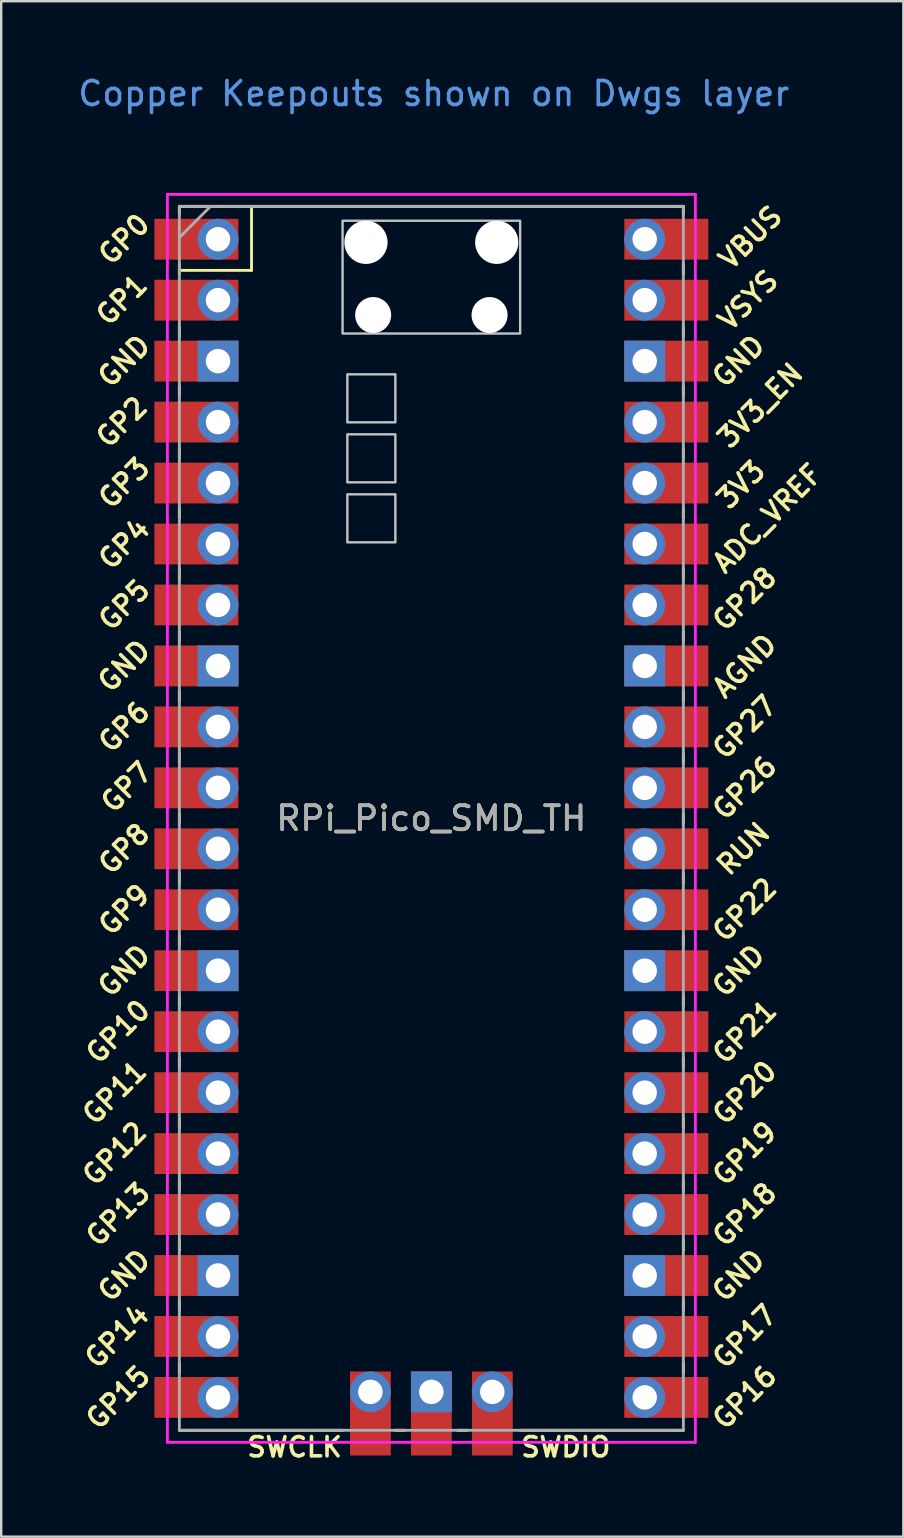
<source format=kicad_pcb>
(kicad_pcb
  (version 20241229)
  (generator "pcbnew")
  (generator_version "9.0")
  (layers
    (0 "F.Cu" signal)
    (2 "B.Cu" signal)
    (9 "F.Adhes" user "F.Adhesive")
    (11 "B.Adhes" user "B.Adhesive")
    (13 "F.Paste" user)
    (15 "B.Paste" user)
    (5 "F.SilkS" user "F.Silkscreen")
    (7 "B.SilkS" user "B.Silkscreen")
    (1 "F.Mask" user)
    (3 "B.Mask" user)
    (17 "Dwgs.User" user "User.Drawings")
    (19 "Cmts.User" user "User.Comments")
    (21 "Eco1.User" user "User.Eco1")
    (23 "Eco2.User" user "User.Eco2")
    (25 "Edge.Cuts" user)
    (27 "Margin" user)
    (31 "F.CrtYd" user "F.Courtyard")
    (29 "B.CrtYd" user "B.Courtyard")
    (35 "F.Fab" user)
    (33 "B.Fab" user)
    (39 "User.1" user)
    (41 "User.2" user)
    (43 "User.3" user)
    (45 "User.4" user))
  (footprint "RPi_Pico_SMD_TH"
    (layer "F.Cu")
    (at 14.924 31.048)
    (property "Reference" "RPi_Pico_SMD_TH" (at 0 0 0) (layer "F.SilkS") (effects (font (size 1 1) (thickness 0.15))))
    (attr through_hole)
    (fp_line (start -10.5 -25.5) (end -10.5 -25.2) (stroke (width 0.12) (type solid)) (layer "F.SilkS"))
    (fp_line (start -10.5 -25.5) (end 10.5 -25.5) (stroke (width 0.12) (type solid)) (layer "F.SilkS"))
    (fp_line (start -10.5 -23.1) (end -10.5 -22.7) (stroke (width 0.12) (type solid)) (layer "F.SilkS"))
    (fp_line (start -10.5 -22.833) (end -7.493 -22.833) (stroke (width 0.12) (type solid)) (layer "F.SilkS"))
    (fp_line (start -10.5 -20.5) (end -10.5 -20.1) (stroke (width 0.12) (type solid)) (layer "F.SilkS"))
    (fp_line (start -10.5 -18) (end -10.5 -17.6) (stroke (width 0.12) (type solid)) (layer "F.SilkS"))
    (fp_line (start -10.5 -15.4) (end -10.5 -15) (stroke (width 0.12) (type solid)) (layer "F.SilkS"))
    (fp_line (start -10.5 -12.9) (end -10.5 -12.5) (stroke (width 0.12) (type solid)) (layer "F.SilkS"))
    (fp_line (start -10.5 -10.4) (end -10.5 -10) (stroke (width 0.12) (type solid)) (layer "F.SilkS"))
    (fp_line (start -10.5 -7.8) (end -10.5 -7.4) (stroke (width 0.12) (type solid)) (layer "F.SilkS"))
    (fp_line (start -10.5 -5.3) (end -10.5 -4.9) (stroke (width 0.12) (type solid)) (layer "F.SilkS"))
    (fp_line (start -10.5 -2.7) (end -10.5 -2.3) (stroke (width 0.12) (type solid)) (layer "F.SilkS"))
    (fp_line (start -10.5 -0.2) (end -10.5 0.2) (stroke (width 0.12) (type solid)) (layer "F.SilkS"))
    (fp_line (start -10.5 2.3) (end -10.5 2.7) (stroke (width 0.12) (type solid)) (layer "F.SilkS"))
    (fp_line (start -10.5 4.9) (end -10.5 5.3) (stroke (width 0.12) (type solid)) (layer "F.SilkS"))
    (fp_line (start -10.5 7.4) (end -10.5 7.8) (stroke (width 0.12) (type solid)) (layer "F.SilkS"))
    (fp_line (start -10.5 10) (end -10.5 10.4) (stroke (width 0.12) (type solid)) (layer "F.SilkS"))
    (fp_line (start -10.5 12.5) (end -10.5 12.9) (stroke (width 0.12) (type solid)) (layer "F.SilkS"))
    (fp_line (start -10.5 15.1) (end -10.5 15.5) (stroke (width 0.12) (type solid)) (layer "F.SilkS"))
    (fp_line (start -10.5 17.6) (end -10.5 18) (stroke (width 0.12) (type solid)) (layer "F.SilkS"))
    (fp_line (start -10.5 20.1) (end -10.5 20.5) (stroke (width 0.12) (type solid)) (layer "F.SilkS"))
    (fp_line (start -10.5 22.7) (end -10.5 23.1) (stroke (width 0.12) (type solid)) (layer "F.SilkS"))
    (fp_line (start -7.493 -22.833) (end -7.493 -25.5) (stroke (width 0.12) (type solid)) (layer "F.SilkS"))
    (fp_line (start -3.7 25.5) (end -10.5 25.5) (stroke (width 0.12) (type solid)) (layer "F.SilkS"))
    (fp_line (start -1.5 25.5) (end -1.1 25.5) (stroke (width 0.12) (type solid)) (layer "F.SilkS"))
    (fp_line (start 1.1 25.5) (end 1.5 25.5) (stroke (width 0.12) (type solid)) (layer "F.SilkS"))
    (fp_line (start 10.5 -25.5) (end 10.5 -25.2) (stroke (width 0.12) (type solid)) (layer "F.SilkS"))
    (fp_line (start 10.5 -23.1) (end 10.5 -22.7) (stroke (width 0.12) (type solid)) (layer "F.SilkS"))
    (fp_line (start 10.5 -20.5) (end 10.5 -20.1) (stroke (width 0.12) (type solid)) (layer "F.SilkS"))
    (fp_line (start 10.5 -18) (end 10.5 -17.6) (stroke (width 0.12) (type solid)) (layer "F.SilkS"))
    (fp_line (start 10.5 -15.4) (end 10.5 -15) (stroke (width 0.12) (type solid)) (layer "F.SilkS"))
    (fp_line (start 10.5 -12.9) (end 10.5 -12.5) (stroke (width 0.12) (type solid)) (layer "F.SilkS"))
    (fp_line (start 10.5 -10.4) (end 10.5 -10) (stroke (width 0.12) (type solid)) (layer "F.SilkS"))
    (fp_line (start 10.5 -7.8) (end 10.5 -7.4) (stroke (width 0.12) (type solid)) (layer "F.SilkS"))
    (fp_line (start 10.5 -5.3) (end 10.5 -4.9) (stroke (width 0.12) (type solid)) (layer "F.SilkS"))
    (fp_line (start 10.5 -2.7) (end 10.5 -2.3) (stroke (width 0.12) (type solid)) (layer "F.SilkS"))
    (fp_line (start 10.5 -0.2) (end 10.5 0.2) (stroke (width 0.12) (type solid)) (layer "F.SilkS"))
    (fp_line (start 10.5 2.3) (end 10.5 2.7) (stroke (width 0.12) (type solid)) (layer "F.SilkS"))
    (fp_line (start 10.5 4.9) (end 10.5 5.3) (stroke (width 0.12) (type solid)) (layer "F.SilkS"))
    (fp_line (start 10.5 7.4) (end 10.5 7.8) (stroke (width 0.12) (type solid)) (layer "F.SilkS"))
    (fp_line (start 10.5 10) (end 10.5 10.4) (stroke (width 0.12) (type solid)) (layer "F.SilkS"))
    (fp_line (start 10.5 12.5) (end 10.5 12.9) (stroke (width 0.12) (type solid)) (layer "F.SilkS"))
    (fp_line (start 10.5 15.1) (end 10.5 15.5) (stroke (width 0.12) (type solid)) (layer "F.SilkS"))
    (fp_line (start 10.5 17.6) (end 10.5 18) (stroke (width 0.12) (type solid)) (layer "F.SilkS"))
    (fp_line (start 10.5 20.1) (end 10.5 20.5) (stroke (width 0.12) (type solid)) (layer "F.SilkS"))
    (fp_line (start 10.5 22.7) (end 10.5 23.1) (stroke (width 0.12) (type solid)) (layer "F.SilkS"))
    (fp_line (start 10.5 25.5) (end 3.7 25.5) (stroke (width 0.12) (type solid)) (layer "F.SilkS"))
    (fp_poly (pts (xy -1.5 -16.5) (xy -3.5 -16.5) (xy -3.5 -18.5) (xy -1.5 -18.5)) (stroke (width 0.1) (type solid)) (fill no) (layer "Dwgs.User"))
    (fp_poly (pts (xy -1.5 -14) (xy -3.5 -14) (xy -3.5 -16) (xy -1.5 -16)) (stroke (width 0.1) (type solid)) (fill no) (layer "Dwgs.User"))
    (fp_poly (pts (xy -1.5 -11.5) (xy -3.5 -11.5) (xy -3.5 -13.5) (xy -1.5 -13.5)) (stroke (width 0.1) (type solid)) (fill no) (layer "Dwgs.User"))
    (fp_poly (pts (xy 3.7 -20.2) (xy -3.7 -20.2) (xy -3.7 -24.9) (xy 3.7 -24.9)) (stroke (width 0.1) (type solid)) (fill no) (layer "Dwgs.User"))
    (fp_line (start -11 -26) (end 11 -26) (stroke (width 0.12) (type solid)) (layer "F.CrtYd"))
    (fp_line (start -11 26) (end -11 -26) (stroke (width 0.12) (type solid)) (layer "F.CrtYd"))
    (fp_line (start 11 -26) (end 11 26) (stroke (width 0.12) (type solid)) (layer "F.CrtYd"))
    (fp_line (start 11 26) (end -11 26) (stroke (width 0.12) (type solid)) (layer "F.CrtYd"))
    (fp_line (start -10.5 -25.5) (end 10.5 -25.5) (stroke (width 0.12) (type solid)) (layer "F.Fab"))
    (fp_line (start -10.5 -24.2) (end -9.2 -25.5) (stroke (width 0.12) (type solid)) (layer "F.Fab"))
    (fp_line (start -10.5 25.5) (end -10.5 -25.5) (stroke (width 0.12) (type solid)) (layer "F.Fab"))
    (fp_line (start 10.5 -25.5) (end 10.5 25.5) (stroke (width 0.12) (type solid)) (layer "F.Fab"))
    (fp_line (start 10.5 25.5) (end -10.5 25.5) (stroke (width 0.12) (type solid)) (layer "F.Fab"))
    (fp_text user "GP17" (at 13.054 21.59 45) (layer "F.SilkS") (effects (font (size 0.8 0.8) (thickness 0.15))))
    (fp_text user "SWCLK" (at -5.7 26.2 0) (layer "F.SilkS") (effects (font (size 0.8 0.8) (thickness 0.15))))
    (fp_text user "GP1" (at -12.9 -21.6 45) (layer "F.SilkS") (effects (font (size 0.8 0.8) (thickness 0.15))))
    (fp_text user "GP16" (at 13.054 24.13 45) (layer "F.SilkS") (effects (font (size 0.8 0.8) (thickness 0.15))))
    (fp_text user "AGND" (at 13.054 -6.35 45) (layer "F.SilkS") (effects (font (size 0.8 0.8) (thickness 0.15))))
    (fp_text user "VSYS" (at 13.2 -21.59 45) (layer "F.SilkS") (effects (font (size 0.8 0.8) (thickness 0.15))))
    (fp_text user "GP18" (at 13.054 16.51 45) (layer "F.SilkS") (effects (font (size 0.8 0.8) (thickness 0.15))))
    (fp_text user "GP0" (at -12.8 -24.13 45) (layer "F.SilkS") (effects (font (size 0.8 0.8) (thickness 0.15))))
    (fp_text user "GP22" (at 13.054 3.81 45) (layer "F.SilkS") (effects (font (size 0.8 0.8) (thickness 0.15))))
    (fp_text user "3V3_EN" (at 13.7 -17.2 45) (layer "F.SilkS") (effects (font (size 0.8 0.8) (thickness 0.15))))
    (fp_text user "GP7" (at -12.7 -1.3 45) (layer "F.SilkS") (effects (font (size 0.8 0.8) (thickness 0.15))))
    (fp_text user "GP19" (at 13.054 13.97 45) (layer "F.SilkS") (effects (font (size 0.8 0.8) (thickness 0.15))))
    (fp_text user "GP12" (at -13.2 13.97 45) (layer "F.SilkS") (effects (font (size 0.8 0.8) (thickness 0.15))))
    (fp_text user "GND" (at -12.8 19.05 45) (layer "F.SilkS") (effects (font (size 0.8 0.8) (thickness 0.15))))
    (fp_text user "GP14" (at -13.1 21.59 45) (layer "F.SilkS") (effects (font (size 0.8 0.8) (thickness 0.15))))
    (fp_text user "GP5" (at -12.8 -8.89 45) (layer "F.SilkS") (effects (font (size 0.8 0.8) (thickness 0.15))))
    (fp_text user "GND" (at 12.8 19.05 45) (layer "F.SilkS") (effects (font (size 0.8 0.8) (thickness 0.15))))
    (fp_text user "GP20" (at 13.054 11.43 45) (layer "F.SilkS") (effects (font (size 0.8 0.8) (thickness 0.15))))
    (fp_text user "3V3" (at 12.9 -13.9 45) (layer "F.SilkS") (effects (font (size 0.8 0.8) (thickness 0.15))))
    (fp_text user "GP28" (at 13.054 -9.144 45) (layer "F.SilkS") (effects (font (size 0.8 0.8) (thickness 0.15))))
    (fp_text user "GND" (at -12.8 6.35 45) (layer "F.SilkS") (effects (font (size 0.8 0.8) (thickness 0.15))))
    (fp_text user "GND" (at -12.8 -6.35 45) (layer "F.SilkS") (effects (font (size 0.8 0.8) (thickness 0.15))))
    (fp_text user "GP9" (at -12.8 3.81 45) (layer "F.SilkS") (effects (font (size 0.8 0.8) (thickness 0.15))))
    (fp_text user "GP8" (at -12.8 1.27 45) (layer "F.SilkS") (effects (font (size 0.8 0.8) (thickness 0.15))))
    (fp_text user "GP21" (at 13.054 8.9 45) (layer "F.SilkS") (effects (font (size 0.8 0.8) (thickness 0.15))))
    (fp_text user "GP4" (at -12.8 -11.43 45) (layer "F.SilkS") (effects (font (size 0.8 0.8) (thickness 0.15))))
    (fp_text user "GP26" (at 13.054 -1.27 45) (layer "F.SilkS") (effects (font (size 0.8 0.8) (thickness 0.15))))
    (fp_text user "GP3" (at -12.8 -13.97 45) (layer "F.SilkS") (effects (font (size 0.8 0.8) (thickness 0.15))))
    (fp_text user "RUN" (at 13 1.27 45) (layer "F.SilkS") (effects (font (size 0.8 0.8) (thickness 0.15))))
    (fp_text user "ADC_VREF" (at 14 -12.5 45) (layer "F.SilkS") (effects (font (size 0.8 0.8) (thickness 0.15))))
    (fp_text user "GP10" (at -13.054 8.89 45) (layer "F.SilkS") (effects (font (size 0.8 0.8) (thickness 0.15))))
    (fp_text user "GND" (at -12.8 -19.05 45) (layer "F.SilkS") (effects (font (size 0.8 0.8) (thickness 0.15))))
    (fp_text user "GP6" (at -12.8 -3.81 45) (layer "F.SilkS") (effects (font (size 0.8 0.8) (thickness 0.15))))
    (fp_text user "GND" (at 12.8 6.35 45) (layer "F.SilkS") (effects (font (size 0.8 0.8) (thickness 0.15))))
    (fp_text user "VBUS" (at 13.3 -24.2 45) (layer "F.SilkS") (effects (font (size 0.8 0.8) (thickness 0.15))))
    (fp_text user "GND" (at 12.8 -19.05 45) (layer "F.SilkS") (effects (font (size 0.8 0.8) (thickness 0.15))))
    (fp_text user "SWDIO" (at 5.6 26.2 0) (layer "F.SilkS") (effects (font (size 0.8 0.8) (thickness 0.15))))
    (fp_text user "GP27" (at 13.054 -3.8 45) (layer "F.SilkS") (effects (font (size 0.8 0.8) (thickness 0.15))))
    (fp_text user "GP13" (at -13.054 16.51 45) (layer "F.SilkS") (effects (font (size 0.8 0.8) (thickness 0.15))))
    (fp_text user "GP11" (at -13.2 11.43 45) (layer "F.SilkS") (effects (font (size 0.8 0.8) (thickness 0.15))))
    (fp_text user "GP2" (at -12.9 -16.51 45) (layer "F.SilkS") (effects (font (size 0.8 0.8) (thickness 0.15))))
    (fp_text user "GP15" (at -13.054 24.13 45) (layer "F.SilkS") (effects (font (size 0.8 0.8) (thickness 0.15))))
    (fp_text user "Copper Keepouts shown on Dwgs layer" (at 0.1 -30.2 0) (layer "Cmts.User") (effects (font (size 1 1) (thickness 0.15))))
    (fp_text user "${REFERENCE}" (at 0 0 180) (layer "F.Fab") (effects (font (size 1 1) (thickness 0.15))))
    (pad "" np_thru_hole oval (at -2.725 -24) (size 1.8 1.8) (drill 1.8) (layers "*.Cu" "*.Mask"))
    (pad "" np_thru_hole oval (at -2.425 -20.97) (size 1.5 1.5) (drill 1.5) (layers "*.Cu" "*.Mask"))
    (pad "" np_thru_hole oval (at 2.425 -20.97) (size 1.5 1.5) (drill 1.5) (layers "*.Cu" "*.Mask"))
    (pad "" np_thru_hole oval (at 2.725 -24) (size 1.8 1.8) (drill 1.8) (layers "*.Cu" "*.Mask"))
    (pad "1" thru_hole oval (at -8.89 -24.13) (size 1.7 1.7) (drill 1.02) (layers "*.Cu" "*.Mask"))
    (pad "1" smd rect (at -8.89 -24.13) (size 3.5 1.7) (drill (offset -0.9 0)) (layers "F.Cu" "F.Mask"))
    (pad "2" thru_hole oval (at -8.89 -21.59) (size 1.7 1.7) (drill 1.02) (layers "*.Cu" "*.Mask"))
    (pad "2" smd rect (at -8.89 -21.59) (size 3.5 1.7) (drill (offset -0.9 0)) (layers "F.Cu" "F.Mask"))
    (pad "3" thru_hole rect (at -8.89 -19.05) (size 1.7 1.7) (drill 1.02) (layers "*.Cu" "*.Mask"))
    (pad "3" smd rect (at -8.89 -19.05) (size 3.5 1.7) (drill (offset -0.9 0)) (layers "F.Cu" "F.Mask"))
    (pad "4" thru_hole oval (at -8.89 -16.51) (size 1.7 1.7) (drill 1.02) (layers "*.Cu" "*.Mask"))
    (pad "4" smd rect (at -8.89 -16.51) (size 3.5 1.7) (drill (offset -0.9 0)) (layers "F.Cu" "F.Mask"))
    (pad "5" thru_hole oval (at -8.89 -13.97) (size 1.7 1.7) (drill 1.02) (layers "*.Cu" "*.Mask"))
    (pad "5" smd rect (at -8.89 -13.97) (size 3.5 1.7) (drill (offset -0.9 0)) (layers "F.Cu" "F.Mask"))
    (pad "6" thru_hole oval (at -8.89 -11.43) (size 1.7 1.7) (drill 1.02) (layers "*.Cu" "*.Mask"))
    (pad "6" smd rect (at -8.89 -11.43) (size 3.5 1.7) (drill (offset -0.9 0)) (layers "F.Cu" "F.Mask"))
    (pad "7" thru_hole oval (at -8.89 -8.89) (size 1.7 1.7) (drill 1.02) (layers "*.Cu" "*.Mask"))
    (pad "7" smd rect (at -8.89 -8.89) (size 3.5 1.7) (drill (offset -0.9 0)) (layers "F.Cu" "F.Mask"))
    (pad "8" thru_hole rect (at -8.89 -6.35) (size 1.7 1.7) (drill 1.02) (layers "*.Cu" "*.Mask"))
    (pad "8" smd rect (at -8.89 -6.35) (size 3.5 1.7) (drill (offset -0.9 0)) (layers "F.Cu" "F.Mask"))
    (pad "9" thru_hole oval (at -8.89 -3.81) (size 1.7 1.7) (drill 1.02) (layers "*.Cu" "*.Mask"))
    (pad "9" smd rect (at -8.89 -3.81) (size 3.5 1.7) (drill (offset -0.9 0)) (layers "F.Cu" "F.Mask"))
    (pad "10" thru_hole oval (at -8.89 -1.27) (size 1.7 1.7) (drill 1.02) (layers "*.Cu" "*.Mask"))
    (pad "10" smd rect (at -8.89 -1.27) (size 3.5 1.7) (drill (offset -0.9 0)) (layers "F.Cu" "F.Mask"))
    (pad "11" thru_hole oval (at -8.89 1.27) (size 1.7 1.7) (drill 1.02) (layers "*.Cu" "*.Mask"))
    (pad "11" smd rect (at -8.89 1.27) (size 3.5 1.7) (drill (offset -0.9 0)) (layers "F.Cu" "F.Mask"))
    (pad "12" thru_hole oval (at -8.89 3.81) (size 1.7 1.7) (drill 1.02) (layers "*.Cu" "*.Mask"))
    (pad "12" smd rect (at -8.89 3.81) (size 3.5 1.7) (drill (offset -0.9 0)) (layers "F.Cu" "F.Mask"))
    (pad "13" thru_hole rect (at -8.89 6.35) (size 1.7 1.7) (drill 1.02) (layers "*.Cu" "*.Mask"))
    (pad "13" smd rect (at -8.89 6.35) (size 3.5 1.7) (drill (offset -0.9 0)) (layers "F.Cu" "F.Mask"))
    (pad "14" thru_hole oval (at -8.89 8.89) (size 1.7 1.7) (drill 1.02) (layers "*.Cu" "*.Mask"))
    (pad "14" smd rect (at -8.89 8.89) (size 3.5 1.7) (drill (offset -0.9 0)) (layers "F.Cu" "F.Mask"))
    (pad "15" thru_hole oval (at -8.89 11.43) (size 1.7 1.7) (drill 1.02) (layers "*.Cu" "*.Mask"))
    (pad "15" smd rect (at -8.89 11.43) (size 3.5 1.7) (drill (offset -0.9 0)) (layers "F.Cu" "F.Mask"))
    (pad "16" thru_hole oval (at -8.89 13.97) (size 1.7 1.7) (drill 1.02) (layers "*.Cu" "*.Mask"))
    (pad "16" smd rect (at -8.89 13.97) (size 3.5 1.7) (drill (offset -0.9 0)) (layers "F.Cu" "F.Mask"))
    (pad "17" thru_hole oval (at -8.89 16.51) (size 1.7 1.7) (drill 1.02) (layers "*.Cu" "*.Mask"))
    (pad "17" smd rect (at -8.89 16.51) (size 3.5 1.7) (drill (offset -0.9 0)) (layers "F.Cu" "F.Mask"))
    (pad "18" thru_hole rect (at -8.89 19.05) (size 1.7 1.7) (drill 1.02) (layers "*.Cu" "*.Mask"))
    (pad "18" smd rect (at -8.89 19.05) (size 3.5 1.7) (drill (offset -0.9 0)) (layers "F.Cu" "F.Mask"))
    (pad "19" thru_hole oval (at -8.89 21.59) (size 1.7 1.7) (drill 1.02) (layers "*.Cu" "*.Mask"))
    (pad "19" smd rect (at -8.89 21.59) (size 3.5 1.7) (drill (offset -0.9 0)) (layers "F.Cu" "F.Mask"))
    (pad "20" thru_hole oval (at -8.89 24.13) (size 1.7 1.7) (drill 1.02) (layers "*.Cu" "*.Mask"))
    (pad "20" smd rect (at -8.89 24.13) (size 3.5 1.7) (drill (offset -0.9 0)) (layers "F.Cu" "F.Mask"))
    (pad "21" thru_hole oval (at 8.89 24.13) (size 1.7 1.7) (drill 1.02) (layers "*.Cu" "*.Mask"))
    (pad "21" smd rect (at 8.89 24.13) (size 3.5 1.7) (drill (offset 0.9 0)) (layers "F.Cu" "F.Mask"))
    (pad "22" thru_hole oval (at 8.89 21.59) (size 1.7 1.7) (drill 1.02) (layers "*.Cu" "*.Mask"))
    (pad "22" smd rect (at 8.89 21.59) (size 3.5 1.7) (drill (offset 0.9 0)) (layers "F.Cu" "F.Mask"))
    (pad "23" thru_hole rect (at 8.89 19.05) (size 1.7 1.7) (drill 1.02) (layers "*.Cu" "*.Mask"))
    (pad "23" smd rect (at 8.89 19.05) (size 3.5 1.7) (drill (offset 0.9 0)) (layers "F.Cu" "F.Mask"))
    (pad "24" thru_hole oval (at 8.89 16.51) (size 1.7 1.7) (drill 1.02) (layers "*.Cu" "*.Mask"))
    (pad "24" smd rect (at 8.89 16.51) (size 3.5 1.7) (drill (offset 0.9 0)) (layers "F.Cu" "F.Mask"))
    (pad "25" thru_hole oval (at 8.89 13.97) (size 1.7 1.7) (drill 1.02) (layers "*.Cu" "*.Mask"))
    (pad "25" smd rect (at 8.89 13.97) (size 3.5 1.7) (drill (offset 0.9 0)) (layers "F.Cu" "F.Mask"))
    (pad "26" thru_hole oval (at 8.89 11.43) (size 1.7 1.7) (drill 1.02) (layers "*.Cu" "*.Mask"))
    (pad "26" smd rect (at 8.89 11.43) (size 3.5 1.7) (drill (offset 0.9 0)) (layers "F.Cu" "F.Mask"))
    (pad "27" thru_hole oval (at 8.89 8.89) (size 1.7 1.7) (drill 1.02) (layers "*.Cu" "*.Mask"))
    (pad "27" smd rect (at 8.89 8.89) (size 3.5 1.7) (drill (offset 0.9 0)) (layers "F.Cu" "F.Mask"))
    (pad "28" thru_hole rect (at 8.89 6.35) (size 1.7 1.7) (drill 1.02) (layers "*.Cu" "*.Mask"))
    (pad "28" smd rect (at 8.89 6.35) (size 3.5 1.7) (drill (offset 0.9 0)) (layers "F.Cu" "F.Mask"))
    (pad "29" thru_hole oval (at 8.89 3.81) (size 1.7 1.7) (drill 1.02) (layers "*.Cu" "*.Mask"))
    (pad "29" smd rect (at 8.89 3.81) (size 3.5 1.7) (drill (offset 0.9 0)) (layers "F.Cu" "F.Mask"))
    (pad "30" thru_hole oval (at 8.89 1.27) (size 1.7 1.7) (drill 1.02) (layers "*.Cu" "*.Mask"))
    (pad "30" smd rect (at 8.89 1.27) (size 3.5 1.7) (drill (offset 0.9 0)) (layers "F.Cu" "F.Mask"))
    (pad "31" thru_hole oval (at 8.89 -1.27) (size 1.7 1.7) (drill 1.02) (layers "*.Cu" "*.Mask"))
    (pad "31" smd rect (at 8.89 -1.27) (size 3.5 1.7) (drill (offset 0.9 0)) (layers "F.Cu" "F.Mask"))
    (pad "32" thru_hole oval (at 8.89 -3.81) (size 1.7 1.7) (drill 1.02) (layers "*.Cu" "*.Mask"))
    (pad "32" smd rect (at 8.89 -3.81) (size 3.5 1.7) (drill (offset 0.9 0)) (layers "F.Cu" "F.Mask"))
    (pad "33" thru_hole rect (at 8.89 -6.35) (size 1.7 1.7) (drill 1.02) (layers "*.Cu" "*.Mask"))
    (pad "33" smd rect (at 8.89 -6.35) (size 3.5 1.7) (drill (offset 0.9 0)) (layers "F.Cu" "F.Mask"))
    (pad "34" thru_hole oval (at 8.89 -8.89) (size 1.7 1.7) (drill 1.02) (layers "*.Cu" "*.Mask"))
    (pad "34" smd rect (at 8.89 -8.89) (size 3.5 1.7) (drill (offset 0.9 0)) (layers "F.Cu" "F.Mask"))
    (pad "35" thru_hole oval (at 8.89 -11.43) (size 1.7 1.7) (drill 1.02) (layers "*.Cu" "*.Mask"))
    (pad "35" smd rect (at 8.89 -11.43) (size 3.5 1.7) (drill (offset 0.9 0)) (layers "F.Cu" "F.Mask"))
    (pad "36" thru_hole oval (at 8.89 -13.97) (size 1.7 1.7) (drill 1.02) (layers "*.Cu" "*.Mask"))
    (pad "36" smd rect (at 8.89 -13.97) (size 3.5 1.7) (drill (offset 0.9 0)) (layers "F.Cu" "F.Mask"))
    (pad "37" thru_hole oval (at 8.89 -16.51) (size 1.7 1.7) (drill 1.02) (layers "*.Cu" "*.Mask"))
    (pad "37" smd rect (at 8.89 -16.51) (size 3.5 1.7) (drill (offset 0.9 0)) (layers "F.Cu" "F.Mask"))
    (pad "38" thru_hole rect (at 8.89 -19.05) (size 1.7 1.7) (drill 1.02) (layers "*.Cu" "*.Mask"))
    (pad "38" smd rect (at 8.89 -19.05) (size 3.5 1.7) (drill (offset 0.9 0)) (layers "F.Cu" "F.Mask"))
    (pad "39" thru_hole oval (at 8.89 -21.59) (size 1.7 1.7) (drill 1.02) (layers "*.Cu" "*.Mask"))
    (pad "39" smd rect (at 8.89 -21.59) (size 3.5 1.7) (drill (offset 0.9 0)) (layers "F.Cu" "F.Mask"))
    (pad "40" thru_hole oval (at 8.89 -24.13) (size 1.7 1.7) (drill 1.02) (layers "*.Cu" "*.Mask"))
    (pad "40" smd rect (at 8.89 -24.13) (size 3.5 1.7) (drill (offset 0.9 0)) (layers "F.Cu" "F.Mask"))
    (pad "41" thru_hole oval (at -2.54 23.9) (size 1.7 1.7) (drill 1.02) (layers "*.Cu" "*.Mask"))
    (pad "41" smd rect (at -2.54 23.9 90) (size 3.5 1.7) (drill (offset -0.9 0)) (layers "F.Cu" "F.Mask"))
    (pad "42" thru_hole rect (at 0 23.9) (size 1.7 1.7) (drill 1.02) (layers "*.Cu" "*.Mask"))
    (pad "42" smd rect (at 0 23.9 90) (size 3.5 1.7) (drill (offset -0.9 0)) (layers "F.Cu" "F.Mask"))
    (pad "43" thru_hole oval (at 2.54 23.9) (size 1.7 1.7) (drill 1.02) (layers "*.Cu" "*.Mask"))
    (pad "43" smd rect (at 2.54 23.9 90) (size 3.5 1.7) (drill (offset -0.9 0)) (layers "F.Cu" "F.Mask")))
  (gr_rect
    (start -3 -3)
    (end 34.591 60.98)
    (stroke (width 0.1) (type default))
    (fill no)
    (layer "Edge.Cuts")))
</source>
